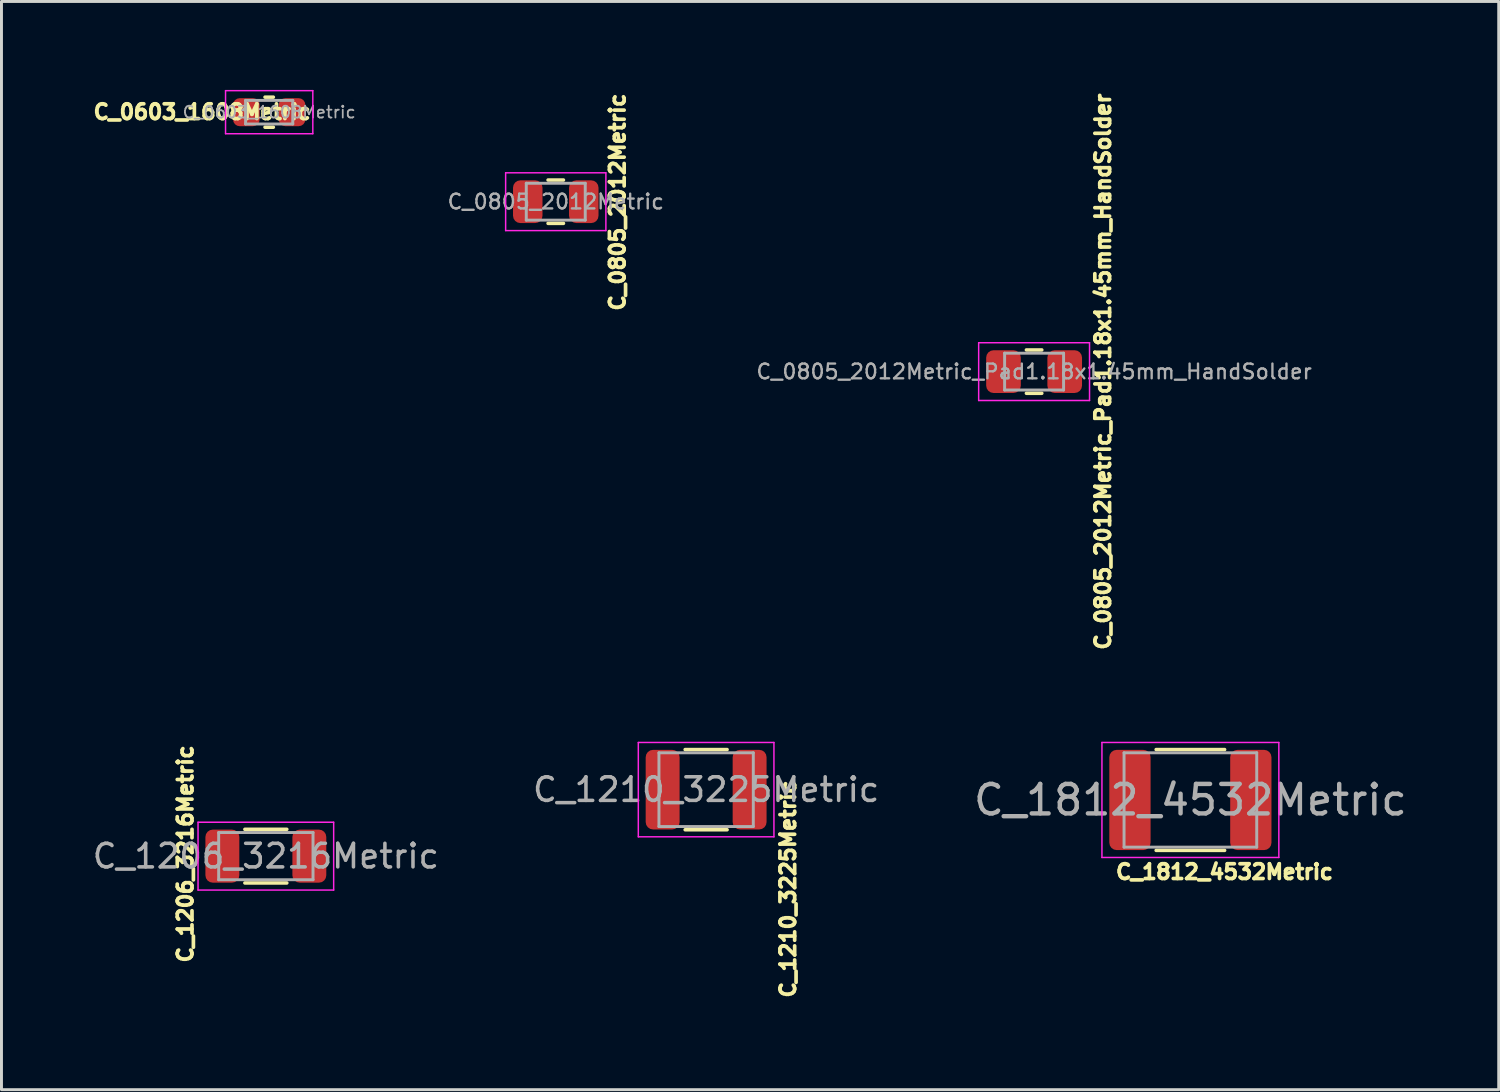
<source format=kicad_pcb>
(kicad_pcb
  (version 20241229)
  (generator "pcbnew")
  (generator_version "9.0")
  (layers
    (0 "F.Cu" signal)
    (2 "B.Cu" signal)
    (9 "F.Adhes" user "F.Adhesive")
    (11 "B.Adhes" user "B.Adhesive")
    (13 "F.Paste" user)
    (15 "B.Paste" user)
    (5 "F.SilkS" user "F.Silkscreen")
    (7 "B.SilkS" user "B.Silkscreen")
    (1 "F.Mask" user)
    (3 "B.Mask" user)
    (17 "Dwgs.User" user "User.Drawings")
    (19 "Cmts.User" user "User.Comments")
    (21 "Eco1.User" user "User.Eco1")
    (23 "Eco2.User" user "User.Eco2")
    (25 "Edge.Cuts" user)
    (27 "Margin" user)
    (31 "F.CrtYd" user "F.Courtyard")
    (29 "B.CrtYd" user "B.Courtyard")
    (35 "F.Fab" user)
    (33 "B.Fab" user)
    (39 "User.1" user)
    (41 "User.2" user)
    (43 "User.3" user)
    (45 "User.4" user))
  (footprint "C_1206_3216Metric"
    (layer "F.Cu")
    (at 5.967 25.988)
    (property "Reference" "C_1206_3216Metric" (at -2.73 -0.076 270) (layer "F.SilkS") (effects (font (size 0.5 0.5) (thickness 0.125))))
    (attr smd)
    (fp_line (start -0.711 -0.91) (end 0.711 -0.91) (stroke (width 0.12) (type solid)) (layer "F.SilkS"))
    (fp_line (start -0.711 0.91) (end 0.711 0.91) (stroke (width 0.12) (type solid)) (layer "F.SilkS"))
    (fp_line (start -2.3 -1.15) (end 2.3 -1.15) (stroke (width 0.05) (type solid)) (layer "F.CrtYd"))
    (fp_line (start -2.3 1.15) (end -2.3 -1.15) (stroke (width 0.05) (type solid)) (layer "F.CrtYd"))
    (fp_line (start 2.3 -1.15) (end 2.3 1.15) (stroke (width 0.05) (type solid)) (layer "F.CrtYd"))
    (fp_line (start 2.3 1.15) (end -2.3 1.15) (stroke (width 0.05) (type solid)) (layer "F.CrtYd"))
    (fp_line (start -1.6 -0.8) (end 1.6 -0.8) (stroke (width 0.1) (type solid)) (layer "F.Fab"))
    (fp_line (start -1.6 0.8) (end -1.6 -0.8) (stroke (width 0.1) (type solid)) (layer "F.Fab"))
    (fp_line (start 1.6 -0.8) (end 1.6 0.8) (stroke (width 0.1) (type solid)) (layer "F.Fab"))
    (fp_line (start 1.6 0.8) (end -1.6 0.8) (stroke (width 0.1) (type solid)) (layer "F.Fab"))
    (fp_text user "${REFERENCE}" (at 0 0 180) (layer "F.Fab") (effects (font (size 0.8 0.8) (thickness 0.12))))
    (pad "1" smd roundrect (at -1.475 0) (size 1.15 1.8) (layers "F.Cu" "F.Mask" "F.Paste") (roundrect_rratio 0.217))
    (pad "2" smd roundrect (at 1.475 0) (size 1.15 1.8) (layers "F.Cu" "F.Mask" "F.Paste") (roundrect_rratio 0.217)))
  (footprint "C_0603_1608Metric"
    (layer "F.Cu")
    (at 6.08 0.755)
    (property "Reference" "C_0603_1608Metric" (at -2.276 -0.009 0) (layer "F.SilkS") (effects (font (size 0.5 0.5) (thickness 0.125))))
    (attr smd)
    (fp_line (start -0.141 -0.51) (end 0.141 -0.51) (stroke (width 0.12) (type solid)) (layer "F.SilkS"))
    (fp_line (start -0.141 0.51) (end 0.141 0.51) (stroke (width 0.12) (type solid)) (layer "F.SilkS"))
    (fp_line (start -1.48 -0.73) (end 1.48 -0.73) (stroke (width 0.05) (type solid)) (layer "F.CrtYd"))
    (fp_line (start -1.48 0.73) (end -1.48 -0.73) (stroke (width 0.05) (type solid)) (layer "F.CrtYd"))
    (fp_line (start 1.48 -0.73) (end 1.48 0.73) (stroke (width 0.05) (type solid)) (layer "F.CrtYd"))
    (fp_line (start 1.48 0.73) (end -1.48 0.73) (stroke (width 0.05) (type solid)) (layer "F.CrtYd"))
    (fp_line (start -0.8 -0.4) (end 0.8 -0.4) (stroke (width 0.1) (type solid)) (layer "F.Fab"))
    (fp_line (start -0.8 0.4) (end -0.8 -0.4) (stroke (width 0.1) (type solid)) (layer "F.Fab"))
    (fp_line (start 0.8 -0.4) (end 0.8 0.4) (stroke (width 0.1) (type solid)) (layer "F.Fab"))
    (fp_line (start 0.8 0.4) (end -0.8 0.4) (stroke (width 0.1) (type solid)) (layer "F.Fab"))
    (fp_text user "${REFERENCE}" (at 0 0 0) (layer "F.Fab") (effects (font (size 0.4 0.4) (thickness 0.06))))
    (pad "1" smd roundrect (at -0.775 0) (size 0.9 0.95) (layers "F.Cu" "F.Mask" "F.Paste") (roundrect_rratio 0.25))
    (pad "2" smd roundrect (at 0.775 0) (size 0.9 0.95) (layers "F.Cu" "F.Mask" "F.Paste") (roundrect_rratio 0.25)))
  (footprint "C_0805_2012Metric_Pad1.18x1.45mm_HandSolder"
    (layer "F.Cu")
    (at 32.024 9.554)
    (property "Reference" "C_0805_2012Metric_Pad1.18x1.45mm_HandSolder" (at 2.335 0 90) (layer "F.SilkS") (effects (font (size 0.5 0.5) (thickness 0.125))))
    (attr smd)
    (fp_line (start -0.261 -0.735) (end 0.261 -0.735) (stroke (width 0.12) (type solid)) (layer "F.SilkS"))
    (fp_line (start -0.261 0.735) (end 0.261 0.735) (stroke (width 0.12) (type solid)) (layer "F.SilkS"))
    (fp_line (start -1.88 -0.98) (end 1.88 -0.98) (stroke (width 0.05) (type solid)) (layer "F.CrtYd"))
    (fp_line (start -1.88 0.98) (end -1.88 -0.98) (stroke (width 0.05) (type solid)) (layer "F.CrtYd"))
    (fp_line (start 1.88 -0.98) (end 1.88 0.98) (stroke (width 0.05) (type solid)) (layer "F.CrtYd"))
    (fp_line (start 1.88 0.98) (end -1.88 0.98) (stroke (width 0.05) (type solid)) (layer "F.CrtYd"))
    (fp_line (start -1 -0.625) (end 1 -0.625) (stroke (width 0.1) (type solid)) (layer "F.Fab"))
    (fp_line (start -1 0.625) (end -1 -0.625) (stroke (width 0.1) (type solid)) (layer "F.Fab"))
    (fp_line (start 1 -0.625) (end 1 0.625) (stroke (width 0.1) (type solid)) (layer "F.Fab"))
    (fp_line (start 1 0.625) (end -1 0.625) (stroke (width 0.1) (type solid)) (layer "F.Fab"))
    (fp_text user "${REFERENCE}" (at 0 0 0) (layer "F.Fab") (effects (font (size 0.5 0.5) (thickness 0.08))))
    (pad "1" smd roundrect (at -1.038 0) (size 1.175 1.45) (layers "F.Cu" "F.Mask" "F.Paste") (roundrect_rratio 0.213))
    (pad "2" smd roundrect (at 1.038 0) (size 1.175 1.45) (layers "F.Cu" "F.Mask" "F.Paste") (roundrect_rratio 0.213)))
  (footprint "C_1210_3225Metric"
    (layer "F.Cu")
    (at 20.9 23.733)
    (property "Reference" "C_1210_3225Metric" (at 2.778 3.37 270) (layer "F.SilkS") (effects (font (size 0.5 0.5) (thickness 0.125))))
    (attr smd)
    (fp_line (start -0.711 -1.36) (end 0.711 -1.36) (stroke (width 0.12) (type solid)) (layer "F.SilkS"))
    (fp_line (start -0.711 1.36) (end 0.711 1.36) (stroke (width 0.12) (type solid)) (layer "F.SilkS"))
    (fp_line (start -2.3 -1.6) (end 2.3 -1.6) (stroke (width 0.05) (type solid)) (layer "F.CrtYd"))
    (fp_line (start -2.3 1.6) (end -2.3 -1.6) (stroke (width 0.05) (type solid)) (layer "F.CrtYd"))
    (fp_line (start 2.3 -1.6) (end 2.3 1.6) (stroke (width 0.05) (type solid)) (layer "F.CrtYd"))
    (fp_line (start 2.3 1.6) (end -2.3 1.6) (stroke (width 0.05) (type solid)) (layer "F.CrtYd"))
    (fp_line (start -1.6 -1.25) (end 1.6 -1.25) (stroke (width 0.1) (type solid)) (layer "F.Fab"))
    (fp_line (start -1.6 1.25) (end -1.6 -1.25) (stroke (width 0.1) (type solid)) (layer "F.Fab"))
    (fp_line (start 1.6 -1.25) (end 1.6 1.25) (stroke (width 0.1) (type solid)) (layer "F.Fab"))
    (fp_line (start 1.6 1.25) (end -1.6 1.25) (stroke (width 0.1) (type solid)) (layer "F.Fab"))
    (fp_text user "${REFERENCE}" (at 0 0 180) (layer "F.Fab") (effects (font (size 0.8 0.8) (thickness 0.12))))
    (pad "1" smd roundrect (at -1.475 0) (size 1.15 2.7) (layers "F.Cu" "F.Mask" "F.Paste") (roundrect_rratio 0.217))
    (pad "2" smd roundrect (at 1.475 0) (size 1.15 2.7) (layers "F.Cu" "F.Mask" "F.Paste") (roundrect_rratio 0.217)))
  (footprint "C_0805_2012Metric"
    (layer "F.Cu")
    (at 15.8 3.791)
    (property "Reference" "C_0805_2012Metric" (at 2.095 0.013 270) (layer "F.SilkS") (effects (font (size 0.5 0.5) (thickness 0.125))))
    (attr smd)
    (fp_line (start -0.261 -0.735) (end 0.261 -0.735) (stroke (width 0.12) (type solid)) (layer "F.SilkS"))
    (fp_line (start -0.261 0.735) (end 0.261 0.735) (stroke (width 0.12) (type solid)) (layer "F.SilkS"))
    (fp_line (start -1.7 -0.98) (end 1.7 -0.98) (stroke (width 0.05) (type solid)) (layer "F.CrtYd"))
    (fp_line (start -1.7 0.98) (end -1.7 -0.98) (stroke (width 0.05) (type solid)) (layer "F.CrtYd"))
    (fp_line (start 1.7 -0.98) (end 1.7 0.98) (stroke (width 0.05) (type solid)) (layer "F.CrtYd"))
    (fp_line (start 1.7 0.98) (end -1.7 0.98) (stroke (width 0.05) (type solid)) (layer "F.CrtYd"))
    (fp_line (start -1 -0.625) (end 1 -0.625) (stroke (width 0.1) (type solid)) (layer "F.Fab"))
    (fp_line (start -1 0.625) (end -1 -0.625) (stroke (width 0.1) (type solid)) (layer "F.Fab"))
    (fp_line (start 1 -0.625) (end 1 0.625) (stroke (width 0.1) (type solid)) (layer "F.Fab"))
    (fp_line (start 1 0.625) (end -1 0.625) (stroke (width 0.1) (type solid)) (layer "F.Fab"))
    (fp_text user "${REFERENCE}" (at 0 0 180) (layer "F.Fab") (effects (font (size 0.5 0.5) (thickness 0.08))))
    (pad "1" smd roundrect (at -0.95 0) (size 1 1.45) (layers "F.Cu" "F.Mask" "F.Paste") (roundrect_rratio 0.25))
    (pad "2" smd roundrect (at 0.95 0) (size 1 1.45) (layers "F.Cu" "F.Mask" "F.Paste") (roundrect_rratio 0.25)))
  (footprint "C_1812_4532Metric"
    (layer "F.Cu")
    (at 37.325 24.083)
    (property "Reference" "C_1812_4532Metric" (at 1.157 2.438 0) (layer "F.SilkS") (effects (font (size 0.5 0.5) (thickness 0.125))))
    (attr smd)
    (fp_line (start -1.161 -1.71) (end 1.161 -1.71) (stroke (width 0.12) (type solid)) (layer "F.SilkS"))
    (fp_line (start -1.161 1.71) (end 1.161 1.71) (stroke (width 0.12) (type solid)) (layer "F.SilkS"))
    (fp_line (start -3 -1.95) (end 3 -1.95) (stroke (width 0.05) (type solid)) (layer "F.CrtYd"))
    (fp_line (start -3 1.95) (end -3 -1.95) (stroke (width 0.05) (type solid)) (layer "F.CrtYd"))
    (fp_line (start 3 -1.95) (end 3 1.95) (stroke (width 0.05) (type solid)) (layer "F.CrtYd"))
    (fp_line (start 3 1.95) (end -3 1.95) (stroke (width 0.05) (type solid)) (layer "F.CrtYd"))
    (fp_line (start -2.25 -1.6) (end 2.25 -1.6) (stroke (width 0.1) (type solid)) (layer "F.Fab"))
    (fp_line (start -2.25 1.6) (end -2.25 -1.6) (stroke (width 0.1) (type solid)) (layer "F.Fab"))
    (fp_line (start 2.25 -1.6) (end 2.25 1.6) (stroke (width 0.1) (type solid)) (layer "F.Fab"))
    (fp_line (start 2.25 1.6) (end -2.25 1.6) (stroke (width 0.1) (type solid)) (layer "F.Fab"))
    (fp_text user "${REFERENCE}" (at 0 0 0) (layer "F.Fab") (effects (font (size 1 1) (thickness 0.15))))
    (pad "1" smd roundrect (at -2.05 0) (size 1.4 3.4) (layers "F.Cu" "F.Mask" "F.Paste") (roundrect_rratio 0.179))
    (pad "2" smd roundrect (at 2.05 0) (size 1.4 3.4) (layers "F.Cu" "F.Mask" "F.Paste") (roundrect_rratio 0.179)))
  (gr_rect
    (start -3 -3)
    (end 47.783 33.908)
    (stroke (width 0.1) (type default))
    (fill no)
    (layer "Edge.Cuts")))
</source>
